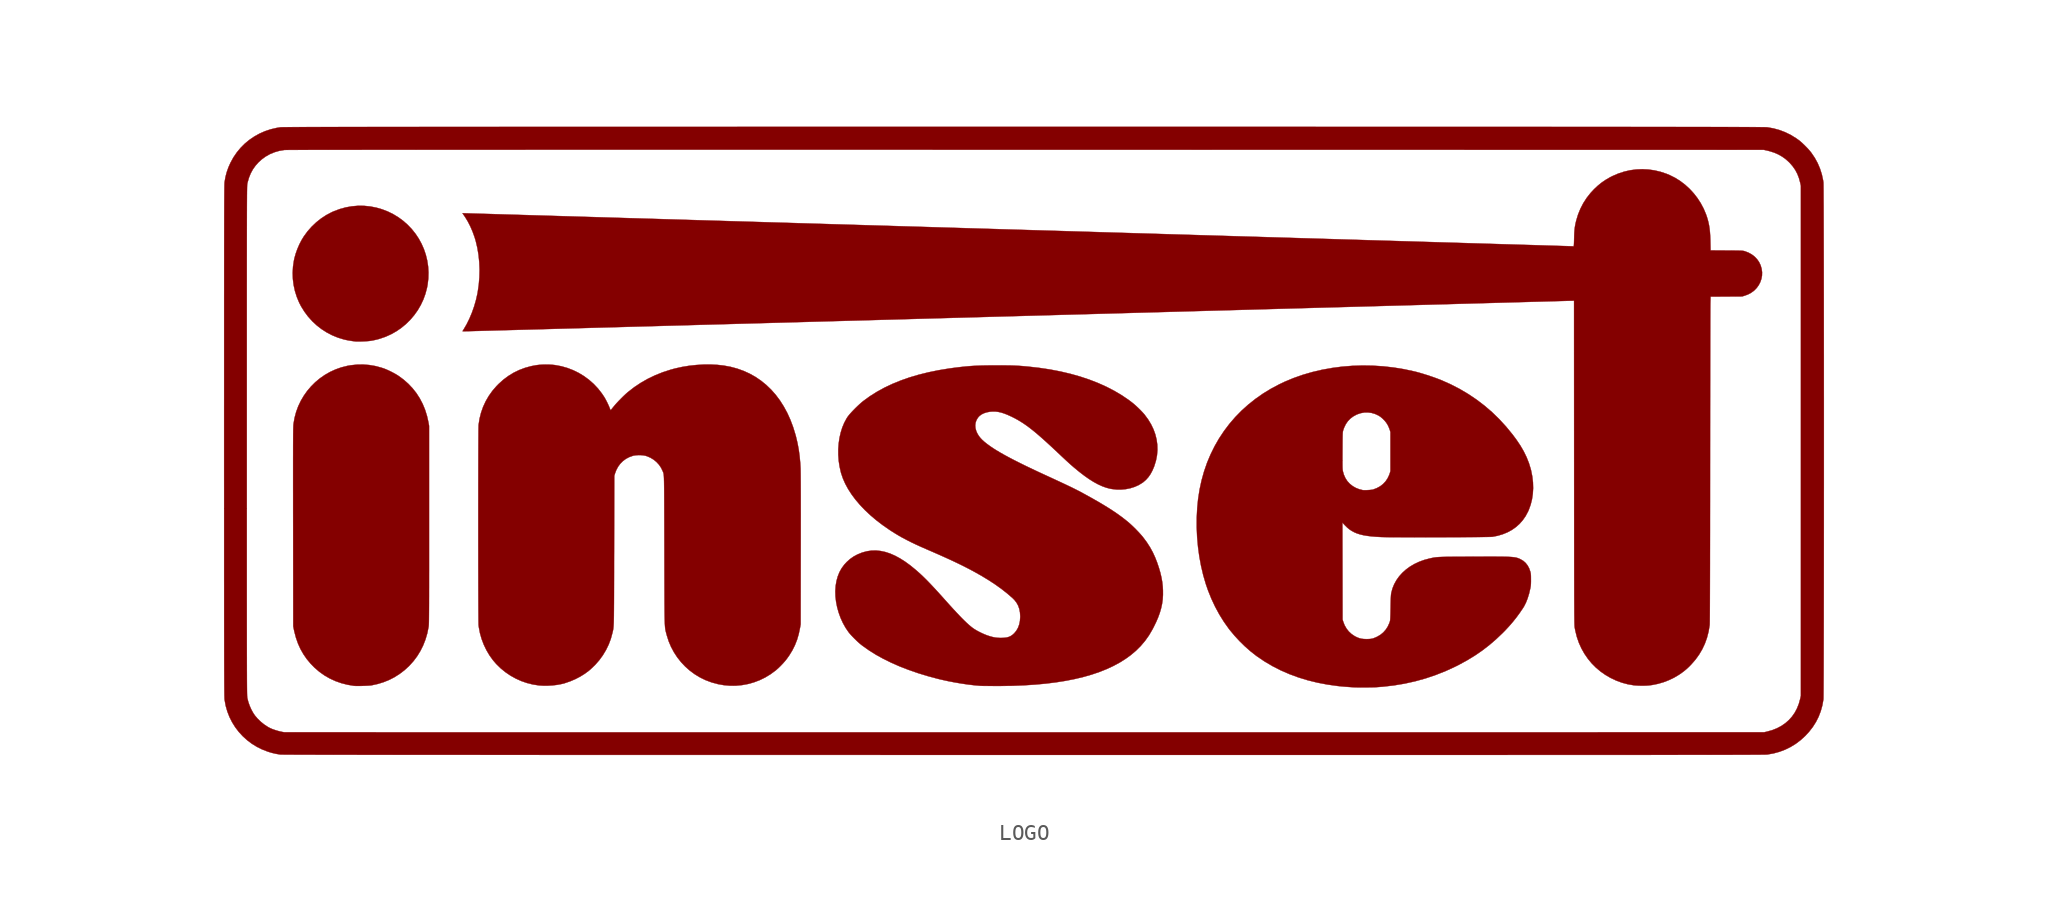
<source format=kicad_sym>
(kicad_symbol_lib
  (version 20220914)
  (generator "bitmap2component")
  (generator_version "8.0")
  (symbol "LOGO"
    (pin_names
      (offset 1.016))
    (property "Reference" "#G"
      (at 0 19.013 0)
      (effects (font (size 1.27 1.27)) hide))
    (symbol "LOGO_0_0"
      (polyline (pts (xy 18.739 -19.628) (xy 19.864 -19.628) (xy 20.958 -19.628) (xy 22.022 -19.628) (xy 23.057 -19.628) (xy 24.062 -19.628) (xy 25.038 -19.628) (xy 25.986 -19.628) (xy 26.906 -19.628) (xy 27.799 -19.628) (xy 28.664 -19.628) (xy 29.503 -19.628) (xy 30.315 -19.627) (xy 31.101 -19.627) (xy 31.862 -19.627) (xy 32.598 -19.627) (xy 33.309 -19.627) (xy 33.995 -19.627) (xy 34.658 -19.627) (xy 35.297 -19.626) (xy 35.914 -19.626) (xy 36.508 -19.626) (xy 37.079 -19.626) (xy 37.629 -19.625) (xy 38.157 -19.625) (xy 38.664 -19.625) (xy 39.151 -19.625) (xy 39.618 -19.624) (xy 40.065 -19.624) (xy 40.492 -19.624) (xy 40.901 -19.623) (xy 41.291 -19.623) (xy 41.662 -19.623) (xy 42.017 -19.622) (xy 42.354 -19.622) (xy 42.674 -19.621) (xy 42.977 -19.621) (xy 43.265 -19.62) (xy 43.537 -19.62) (xy 43.793 -19.62) (xy 44.035 -19.619) (xy 44.263 -19.619) (xy 44.476 -19.618) (xy 44.676 -19.617) (xy 44.863 -19.617) (xy 45.037 -19.616) (xy 45.198 -19.616) (xy 45.348 -19.615) (xy 45.486 -19.614) (xy 45.613 -19.614) (xy 45.73 -19.613) (xy 45.836 -19.613) (xy 45.932 -19.612) (xy 46.019 -19.611) (xy 46.096 -19.61) (xy 46.165 -19.61) (xy 46.226 -19.609) (xy 46.279 -19.608) (xy 46.325 -19.607) (xy 46.363 -19.606) (xy 46.395 -19.605) (xy 46.421 -19.605) (xy 46.441 -19.604) (xy 46.456 -19.603) (xy 46.465 -19.602) (xy 46.468 -19.601) (xy 46.854 -19.533) (xy 47.226 -19.431) (xy 47.582 -19.296) (xy 47.923 -19.128) (xy 48.246 -18.929) (xy 48.551 -18.698) (xy 48.838 -18.436) (xy 49.071 -18.183) (xy 49.304 -17.884) (xy 49.503 -17.57) (xy 49.669 -17.241) (xy 49.802 -16.897) (xy 49.902 -16.537) (xy 49.97 -16.16) (xy 49.971 -16.135) (xy 49.973 -16.074) (xy 49.974 -15.977) (xy 49.976 -15.847) (xy 49.977 -15.685) (xy 49.979 -15.491) (xy 49.98 -15.266) (xy 49.981 -15.012) (xy 49.983 -14.73) (xy 49.984 -14.42) (xy 49.985 -14.083) (xy 49.986 -13.721) (xy 49.987 -13.335) (xy 49.988 -12.925) (xy 49.989 -12.492) (xy 49.99 -12.039) (xy 49.991 -11.565) (xy 49.992 -11.071) (xy 49.992 -10.56) (xy 49.993 -10.03) (xy 49.994 -9.485) (xy 49.995 -8.924) (xy 49.995 -8.349) (xy 49.996 -7.761) (xy 49.996 -7.161) (xy 49.997 -6.549) (xy 49.997 -5.927) (xy 49.998 -5.296) (xy 49.998 -4.657) (xy 49.998 -4.01) (xy 49.998 -3.357) (xy 49.999 -2.7) (xy 49.999 -2.038) (xy 49.999 -1.373) (xy 49.999 -0.706) (xy 49.999 -0.037) (xy 49.999 0.631) (xy 49.999 1.298) (xy 49.999 1.963) (xy 49.999 2.626) (xy 49.998 3.284) (xy 49.998 3.937) (xy 49.998 4.585) (xy 49.998 5.225) (xy 49.997 5.857) (xy 49.997 6.48) (xy 49.996 7.093) (xy 49.996 7.695) (xy 49.995 8.284) (xy 49.995 8.861) (xy 49.994 9.423) (xy 49.993 9.97) (xy 49.993 10.501) (xy 49.992 11.015) (xy 49.991 11.511) (xy 49.99 11.987) (xy 49.989 12.443) (xy 49.988 12.878) (xy 49.987 13.29) (xy 49.986 13.679) (xy 49.985 14.044) (xy 49.984 14.383) (xy 49.983 14.696) (xy 49.981 14.982) (xy 49.98 15.239) (xy 49.979 15.467) (xy 49.978 15.665) (xy 49.976 15.831) (xy 49.975 15.964) (xy 49.973 16.065) (xy 49.972 16.13) (xy 49.97 16.16) (xy 49.952 16.284) (xy 49.872 16.656) (xy 49.758 17.016) (xy 49.611 17.362) (xy 49.43 17.693) (xy 49.216 18.009) (xy 49.174 18.063) (xy 49.065 18.193) (xy 48.938 18.331) (xy 48.801 18.47) (xy 48.662 18.603) (xy 48.528 18.721) (xy 48.408 18.816) (xy 48.264 18.918) (xy 47.93 19.123) (xy 47.583 19.294) (xy 47.224 19.431) (xy 46.851 19.533) (xy 46.465 19.602) (xy 46.459 19.602) (xy 46.446 19.603) (xy 46.427 19.604) (xy 46.403 19.605) (xy 46.373 19.606) (xy 46.336 19.607) (xy 46.292 19.608) (xy 46.242 19.609) (xy 46.183 19.609) (xy 46.116 19.61) (xy 46.041 19.611) (xy 45.957 19.612) (xy 45.863 19.612) (xy 45.76 19.613) (xy 45.646 19.614) (xy 45.522 19.614) (xy 45.387 19.615) (xy 45.24 19.616) (xy 45.082 19.616) (xy 44.911 19.617) (xy 44.728 19.617) (xy 44.532 19.618) (xy 44.322 19.619) (xy 44.099 19.619) (xy 43.861 19.62) (xy 43.608 19.62) (xy 43.34 19.621) (xy 43.057 19.621) (xy 42.757 19.622) (xy 42.442 19.622) (xy 42.109 19.622) (xy 41.76 19.623) (xy 41.392 19.623) (xy 41.007 19.623) (xy 40.604 19.624) (xy 40.181 19.624) (xy 39.74 19.625) (xy 39.278 19.625) (xy 38.797 19.625) (xy 38.295 19.625) (xy 37.772 19.626) (xy 37.228 19.626) (xy 36.663 19.626) (xy 36.075 19.627) (xy 35.465 19.627) (xy 34.831 19.627) (xy 34.175 19.627) (xy 33.494 19.627) (xy 32.79 19.628) (xy 32.06 19.628) (xy 31.306 19.628) (xy 30.527 19.628) (xy 29.721 19.628) (xy 28.89 19.628) (xy 28.031 19.628) (xy 27.146 19.629) (xy 26.233 19.629) (xy 25.293 19.629) (xy 24.324 19.629) (xy 23.326 19.629) (xy 22.299 19.629) (xy 21.243 19.629) (xy 20.157 19.629) (xy 19.04 19.629) (xy 17.893 19.63) (xy 16.714 19.63) (xy 15.504 19.63) (xy 14.262 19.63) (xy 12.987 19.63) (xy 11.68 19.63) (xy 10.34 19.63) (xy 8.965 19.63) (xy 7.557 19.63) (xy 6.114 19.63) (xy 4.637 19.63) (xy 3.124 19.63) (xy 1.575 19.63) (xy -0.009 19.63) (xy -1.149 19.63) (xy -2.707 19.63) (xy -4.23 19.63) (xy -5.718 19.63) (xy -7.17 19.63) (xy -8.588 19.63) (xy -9.972 19.63) (xy -11.322 19.63) (xy -12.639 19.63) (xy -13.922 19.63) (xy -15.174 19.63) (xy -16.393 19.63) (xy -17.58 19.63) (xy -18.736 19.629) (xy -19.862 19.629) (xy -20.956 19.629) (xy -22.021 19.629) (xy -23.056 19.629) (xy -24.062 19.629) (xy -25.039 19.629) (xy -25.988 19.629) (xy -26.909 19.629) (xy -27.802 19.629) (xy -28.668 19.628) (xy -29.507 19.628) (xy -30.319 19.628) (xy -31.106 19.628) (xy -31.868 19.628) (xy -32.604 19.628) (xy -33.315 19.627) (xy -34.003 19.627) (xy -34.666 19.627) (xy -35.306 19.627) (xy -35.923 19.627) (xy -36.517 19.626) (xy -37.089 19.626) (xy -37.639 19.626) (xy -38.167 19.625) (xy -38.675 19.625) (xy -39.162 19.625) (xy -39.629 19.625) (xy -40.077 19.624) (xy -40.504 19.624) (xy -40.913 19.624) (xy -41.303 19.623) (xy -41.676 19.623) (xy -42.03 19.622) (xy -42.368 19.622) (xy -42.688 19.622) (xy -42.992 19.621) (xy -43.28 19.621) (xy -43.552 19.62) (xy -43.809 19.62) (xy -44.051 19.619) (xy -44.279 19.619) (xy -44.492 19.618) (xy -44.692 19.618) (xy -44.879 19.617) (xy -45.053 19.616) (xy -45.215 19.616) (xy -45.365 19.615) (xy -45.503 19.615) (xy -45.631 19.614) (xy -45.747 19.613) (xy -45.853 19.613) (xy -45.95 19.612) (xy -46.036 19.611) (xy -46.114 19.61) (xy -46.183 19.61) (xy -46.244 19.609) (xy -46.297 19.608) (xy -46.343 19.607) (xy -46.382 19.606) (xy -46.413 19.605) (xy -46.439 19.605) (xy -46.459 19.604) (xy -46.474 19.603) (xy -46.484 19.602) (xy -46.718 19.564) (xy -47.089 19.477) (xy -47.447 19.357) (xy -47.79 19.206) (xy -48.114 19.025) (xy -48.42 18.816) (xy -48.705 18.581) (xy -48.966 18.319) (xy -49.203 18.033) (xy -49.414 17.724) (xy -49.596 17.393) (xy -49.727 17.101) (xy -49.834 16.799) (xy -49.914 16.492) (xy -49.969 16.171) (xy -49.969 16.167) (xy -49.971 16.151) (xy -49.972 16.129) (xy -49.974 16.1) (xy -49.975 16.065) (xy -49.977 16.023) (xy -49.978 15.972) (xy -49.979 15.912) (xy -49.98 15.842) (xy -49.981 15.762) (xy -49.982 15.671) (xy -49.983 15.568) (xy -49.984 15.453) (xy -49.985 15.324) (xy -49.986 15.182) (xy -49.987 15.024) (xy -49.988 14.852) (xy -49.989 14.663) (xy -49.989 14.458) (xy -49.99 14.235) (xy -49.991 13.994) (xy -49.991 13.734) (xy -49.992 13.455) (xy -49.992 13.155) (xy -49.993 12.834) (xy -49.993 12.492) (xy -49.994 12.127) (xy -49.994 11.739) (xy -49.994 11.327) (xy -49.995 10.891) (xy -49.995 10.43) (xy -49.995 9.942) (xy -49.995 9.428) (xy -49.996 8.887) (xy -49.996 8.317) (xy -49.996 7.719) (xy -49.996 7.091) (xy -49.996 6.433) (xy -49.996 5.745) (xy -49.996 5.024) (xy -49.996 4.272) (xy -49.996 3.486) (xy -49.996 2.667) (xy -49.997 1.813) (xy -49.997 0.925) (xy -49.997 0) (xy -49.997 -0.291) (xy -49.997 -1.204) (xy -49.997 -2.082) (xy -49.996 -2.925) (xy -49.996 -3.734) (xy -49.996 -4.221) (xy -48.581 -4.221) (xy -48.581 -3.444) (xy -48.581 -2.633) (xy -48.581 -1.788) (xy -48.581 -0.907) (xy -48.581 0.009) (xy -48.581 0.491) (xy -48.581 1.389) (xy -48.581 2.251) (xy -48.581 3.078) (xy -48.581 3.872) (xy -48.581 4.632) (xy -48.581 5.36) (xy -48.581 6.056) (xy -48.581 6.721) (xy -48.581 7.355) (xy -48.581 7.96) (xy -48.581 8.536) (xy -48.581 9.084) (xy -48.581 9.604) (xy -48.58 10.097) (xy -48.58 10.565) (xy -48.58 11.007) (xy -48.58 11.424) (xy -48.579 11.817) (xy -48.579 12.188) (xy -48.579 12.535) (xy -48.578 12.861) (xy -48.578 13.166) (xy -48.577 13.451) (xy -48.577 13.716) (xy -48.576 13.963) (xy -48.576 14.191) (xy -48.575 14.401) (xy -48.575 14.595) (xy -48.574 14.774) (xy -48.573 14.936) (xy -48.572 15.085) (xy -48.571 15.219) (xy -48.571 15.34) (xy -48.569 15.449) (xy -48.569 15.546) (xy -48.567 15.633) (xy -48.566 15.709) (xy -48.565 15.775) (xy -48.564 15.833) (xy -48.562 15.883) (xy -48.561 15.925) (xy -48.56 15.961) (xy -48.558 15.991) (xy -48.557 16.016) (xy -48.555 16.036) (xy -48.553 16.053) (xy -48.551 16.066) (xy -48.55 16.078) (xy -48.548 16.087) (xy -48.532 16.154) (xy -48.447 16.451) (xy -48.337 16.723) (xy -48.201 16.973) (xy -48.036 17.205) (xy -47.843 17.422) (xy -47.653 17.594) (xy -47.406 17.775) (xy -47.14 17.925) (xy -46.855 18.044) (xy -46.554 18.131) (xy -46.235 18.186) (xy -46.227 18.187) (xy -46.2 18.188) (xy -46.152 18.188) (xy -46.084 18.189) (xy -45.996 18.19) (xy -45.888 18.191) (xy -45.758 18.191) (xy -45.608 18.192) (xy -45.436 18.192) (xy -45.242 18.193) (xy -45.026 18.194) (xy -44.788 18.194) (xy -44.528 18.195) (xy -44.245 18.195) (xy -43.938 18.196) (xy -43.608 18.196) (xy -43.255 18.197) (xy -42.877 18.197) (xy -42.475 18.198) (xy -42.049 18.198) (xy -41.598 18.198) (xy -41.121 18.199) (xy -40.62 18.199) (xy -40.092 18.2) (xy -39.539 18.2) (xy -38.959 18.2) (xy -38.353 18.2) (xy -37.719 18.201) (xy -37.059 18.201) (xy -36.372 18.201) (xy -35.656 18.201) (xy -34.913 18.202) (xy -34.142 18.202) (xy -33.342 18.202) (xy -32.513 18.202) (xy -31.654 18.202) (xy -30.767 18.203) (xy -29.85 18.203) (xy -28.903 18.203) (xy -27.926 18.203) (xy -26.918 18.203) (xy -25.879 18.203) (xy -24.809 18.203) (xy -23.708 18.203) (xy -22.575 18.203) (xy -21.41 18.203) (xy -20.213 18.203) (xy -18.984 18.203) (xy -17.721 18.203) (xy -16.426 18.203) (xy -15.097 18.203) (xy -13.734 18.203) (xy -12.338 18.203) (xy -10.907 18.203) (xy -9.442 18.203) (xy -7.941 18.203) (xy -6.406 18.203) (xy -4.836 18.202) (xy -3.229 18.202) (xy -1.587 18.202) (xy 0.091 18.202) (xy 46.244 18.196) (xy 46.431 18.155) (xy 46.597 18.114) (xy 46.886 18.023) (xy 47.151 17.909) (xy 47.394 17.77) (xy 47.62 17.606) (xy 47.834 17.412) (xy 47.862 17.384) (xy 48.051 17.167) (xy 48.21 16.939) (xy 48.34 16.693) (xy 48.443 16.427) (xy 48.522 16.136) (xy 48.563 15.95) (xy 48.563 0.009) (xy 48.563 -15.932) (xy 48.521 -16.122) (xy 48.437 -16.428) (xy 48.322 -16.719) (xy 48.18 -16.987) (xy 48.009 -17.232) (xy 47.812 -17.452) (xy 47.588 -17.648) (xy 47.339 -17.819) (xy 47.065 -17.964) (xy 46.767 -18.082) (xy 46.445 -18.172) (xy 46.262 -18.214) (xy 0.036 -18.216) (xy -0.552 -18.216) (xy -1.849 -18.216) (xy -3.138 -18.216) (xy -4.416 -18.216) (xy -5.686 -18.216) (xy -6.944 -18.216) (xy -8.193 -18.216) (xy -9.43 -18.216) (xy -10.655 -18.216) (xy -11.868 -18.216) (xy -13.068 -18.216) (xy -14.256 -18.216) (xy -15.429 -18.216) (xy -16.589 -18.216) (xy -17.733 -18.216) (xy -18.863 -18.216) (xy -19.977 -18.216) (xy -21.075 -18.216) (xy -22.157 -18.216) (xy -23.221 -18.216) (xy -24.268 -18.216) (xy -25.297 -18.216) (xy -26.307 -18.216) (xy -27.299 -18.216) (xy -28.271 -18.216) (xy -29.223 -18.216) (xy -30.154 -18.216) (xy -31.064 -18.216) (xy -31.953 -18.216) (xy -32.821 -18.216) (xy -33.665 -18.215) (xy -34.487 -18.215) (xy -35.286 -18.215) (xy -36.06 -18.215) (xy -36.81 -18.215) (xy -37.536 -18.215) (xy -38.236 -18.215) (xy -38.91 -18.215) (xy -39.558 -18.215) (xy -40.179 -18.215) (xy -40.773 -18.214) (xy -41.339 -18.214) (xy -41.877 -18.214) (xy -42.386 -18.214) (xy -42.866 -18.214) (xy -43.316 -18.214) (xy -43.736 -18.213) (xy -44.126 -18.213) (xy -44.484 -18.213) (xy -44.81 -18.213) (xy -45.105 -18.213) (xy -45.366 -18.213) (xy -45.595 -18.212) (xy -45.79 -18.212) (xy -45.951 -18.212) (xy -46.077 -18.212) (xy -46.169 -18.212) (xy -46.224 -18.212) (xy -46.244 -18.211) (xy -46.33 -18.198) (xy -46.496 -18.164) (xy -46.673 -18.117) (xy -46.848 -18.062) (xy -47.01 -18.003) (xy -47.147 -17.941) (xy -47.266 -17.876) (xy -47.49 -17.729) (xy -47.705 -17.556) (xy -47.902 -17.366) (xy -48.073 -17.165) (xy -48.176 -17.013) (xy -48.294 -16.8) (xy -48.398 -16.567) (xy -48.484 -16.324) (xy -48.547 -16.078) (xy -48.549 -16.07) (xy -48.551 -16.058) (xy -48.553 -16.045) (xy -48.554 -16.03) (xy -48.556 -16.011) (xy -48.557 -15.988) (xy -48.559 -15.96) (xy -48.561 -15.926) (xy -48.562 -15.887) (xy -48.563 -15.84) (xy -48.565 -15.786) (xy -48.566 -15.723) (xy -48.567 -15.651) (xy -48.568 -15.569) (xy -48.569 -15.477) (xy -48.57 -15.374) (xy -48.571 -15.258) (xy -48.572 -15.13) (xy -48.573 -14.988) (xy -48.574 -14.832) (xy -48.574 -14.662) (xy -48.575 -14.475) (xy -48.576 -14.273) (xy -48.576 -14.053) (xy -48.577 -13.815) (xy -48.577 -13.559) (xy -48.578 -13.284) (xy -48.578 -12.989) (xy -48.579 -12.673) (xy -48.579 -12.336) (xy -48.579 -11.976) (xy -48.58 -11.594) (xy -48.58 -11.188) (xy -48.58 -10.758) (xy -48.58 -10.303) (xy -48.581 -9.823) (xy -48.581 -9.316) (xy -48.581 -8.782) (xy -48.581 -8.22) (xy -48.581 -7.629) (xy -48.581 -7.009) (xy -48.581 -6.359) (xy -48.581 -5.678) (xy -48.581 -4.966) (xy -48.581 -4.221) (xy -49.996 -4.221) (xy -49.996 -4.509) (xy -49.996 -5.251) (xy -49.996 -5.962) (xy -49.996 -6.641) (xy -49.996 -7.289) (xy -49.996 -7.908) (xy -49.996 -8.497) (xy -49.995 -9.057) (xy -49.995 -9.59) (xy -49.995 -10.096) (xy -49.995 -10.575) (xy -49.995 -11.029) (xy -49.994 -11.458) (xy -49.994 -11.862) (xy -49.993 -12.242) (xy -49.993 -12.6) (xy -49.993 -12.936) (xy -49.992 -13.25) (xy -49.992 -13.543) (xy -49.991 -13.817) (xy -49.99 -14.071) (xy -49.99 -14.306) (xy -49.989 -14.523) (xy -49.988 -14.723) (xy -49.988 -14.907) (xy -49.987 -15.075) (xy -49.986 -15.227) (xy -49.985 -15.366) (xy -49.984 -15.49) (xy -49.983 -15.601) (xy -49.982 -15.701) (xy -49.981 -15.788) (xy -49.98 -15.865) (xy -49.979 -15.931) (xy -49.977 -15.989) (xy -49.976 -16.037) (xy -49.975 -16.077) (xy -49.973 -16.11) (xy -49.972 -16.136) (xy -49.97 -16.156) (xy -49.969 -16.171) (xy -49.965 -16.195) (xy -49.897 -16.563) (xy -49.795 -16.918) (xy -49.661 -17.26) (xy -49.496 -17.587) (xy -49.303 -17.896) (xy -49.082 -18.186) (xy -48.835 -18.455) (xy -48.565 -18.701) (xy -48.271 -18.923) (xy -47.956 -19.118) (xy -47.622 -19.284) (xy -47.269 -19.421) (xy -47.019 -19.497) (xy -46.764 -19.557) (xy -46.5 -19.601) (xy -46.49 -19.602) (xy -46.472 -19.603) (xy -46.444 -19.604) (xy -46.407 -19.604) (xy -46.359 -19.605) (xy -46.302 -19.606) (xy -46.233 -19.607) (xy -46.154 -19.608) (xy -46.063 -19.608) (xy -45.96 -19.609) (xy -45.844 -19.61) (xy -45.716 -19.61) (xy -45.575 -19.611) (xy -45.421 -19.611) (xy -45.252 -19.612) (xy -45.07 -19.613) (xy -44.872 -19.613) (xy -44.66 -19.614) (xy -44.432 -19.614) (xy -44.188 -19.615) (xy -43.929 -19.616) (xy -43.652 -19.616) (xy -43.359 -19.616) (xy -43.048 -19.617) (xy -42.719 -19.617) (xy -42.373 -19.618) (xy -42.008 -19.618) (xy -41.623 -19.619) (xy -41.22 -19.619) (xy -40.796 -19.62) (xy -40.353 -19.62) (xy -39.889 -19.62) (xy -39.404 -19.621) (xy -38.898 -19.621) (xy -38.37 -19.621) (xy -37.821 -19.622) (xy -37.248 -19.622) (xy -36.653 -19.622) (xy -36.035 -19.623) (xy -35.393 -19.623) (xy -34.727 -19.623) (xy -34.036 -19.623) (xy -33.321 -19.624) (xy -32.58 -19.624) (xy -31.814 -19.624) (xy -31.022 -19.624) (xy -30.204 -19.625) (xy -29.359 -19.625) (xy -28.486 -19.625) (xy -27.587 -19.625) (xy -26.659 -19.625) (xy -25.703 -19.626) (xy -24.718 -19.626) (xy -23.704 -19.626) (xy -22.661 -19.626) (xy -21.587 -19.626) (xy -20.484 -19.626) (xy -19.35 -19.627) (xy -18.184 -19.627) (xy -16.988 -19.627) (xy -15.759 -19.627) (xy -14.499 -19.627) (xy -13.205 -19.627) (xy -11.879 -19.627) (xy -10.519 -19.627) (xy -9.126 -19.627) (xy -7.698 -19.628) (xy -6.236 -19.628) (xy -4.738 -19.628) (xy -3.206 -19.628) (xy -1.637 -19.628) (xy -0.033 -19.628) (xy 1.162 -19.628) (xy 2.72 -19.628) (xy 4.242 -19.628) (xy 5.729 -19.628) (xy 7.18 -19.628) (xy 8.597 -19.628) (xy 9.98 -19.628) (xy 11.33 -19.628) (xy 12.646 -19.628) (xy 13.928 -19.628) (xy 15.179 -19.628) (xy 16.397 -19.628) (xy 17.584 -19.628) (xy 18.739 -19.628)) (stroke (width 0.01) (type default)) (fill (type outline)))
      (polyline (pts (xy 21.364 -15.408) (xy 21.528 -15.406) (xy 21.683 -15.404) (xy 21.823 -15.401) (xy 21.941 -15.398) (xy 22.031 -15.393) (xy 22.424 -15.363) (xy 23.116 -15.284) (xy 23.793 -15.171) (xy 24.456 -15.024) (xy 25.106 -14.843) (xy 25.743 -14.628) (xy 26.367 -14.38) (xy 26.98 -14.097) (xy 27.159 -14.007) (xy 27.677 -13.726) (xy 28.167 -13.428) (xy 28.631 -13.111) (xy 29.074 -12.771) (xy 29.499 -12.407) (xy 29.911 -12.016) (xy 30.081 -11.844) (xy 30.327 -11.579) (xy 30.554 -11.317) (xy 30.768 -11.049) (xy 30.977 -10.765) (xy 31.187 -10.457) (xy 31.259 -10.341) (xy 31.378 -10.106) (xy 31.482 -9.839) (xy 31.573 -9.543) (xy 31.648 -9.218) (xy 31.66 -9.155) (xy 31.673 -9.076) (xy 31.681 -8.996) (xy 31.686 -8.907) (xy 31.689 -8.8) (xy 31.689 -8.665) (xy 31.689 -8.646) (xy 31.688 -8.521) (xy 31.686 -8.425) (xy 31.681 -8.349) (xy 31.674 -8.286) (xy 31.663 -8.23) (xy 31.648 -8.171) (xy 31.648 -8.169) (xy 31.575 -7.963) (xy 31.477 -7.782) (xy 31.355 -7.627) (xy 31.21 -7.499) (xy 31.042 -7.4) (xy 31.028 -7.393) (xy 30.978 -7.37) (xy 30.93 -7.349) (xy 30.881 -7.33) (xy 30.829 -7.313) (xy 30.773 -7.298) (xy 30.711 -7.285) (xy 30.641 -7.274) (xy 30.56 -7.265) (xy 30.466 -7.256) (xy 30.358 -7.25) (xy 30.234 -7.244) (xy 30.091 -7.24) (xy 29.928 -7.237) (xy 29.742 -7.235) (xy 29.532 -7.234) (xy 29.296 -7.233) (xy 29.031 -7.233) (xy 28.735 -7.234) (xy 28.407 -7.235) (xy 28.044 -7.236) (xy 27.909 -7.237) (xy 27.592 -7.238) (xy 27.31 -7.239) (xy 27.058 -7.24) (xy 26.834 -7.242) (xy 26.637 -7.243) (xy 26.465 -7.245) (xy 26.313 -7.248) (xy 26.181 -7.251) (xy 26.067 -7.255) (xy 25.967 -7.26) (xy 25.879 -7.265) (xy 25.802 -7.271) (xy 25.732 -7.279) (xy 25.668 -7.287) (xy 25.607 -7.297) (xy 25.547 -7.309) (xy 25.485 -7.321) (xy 25.419 -7.336) (xy 25.348 -7.352) (xy 25.345 -7.352) (xy 25.011 -7.442) (xy 24.695 -7.558) (xy 24.4 -7.697) (xy 24.126 -7.859) (xy 23.876 -8.042) (xy 23.651 -8.245) (xy 23.453 -8.465) (xy 23.283 -8.703) (xy 23.143 -8.955) (xy 23.035 -9.221) (xy 22.96 -9.5) (xy 22.959 -9.509) (xy 22.951 -9.558) (xy 22.944 -9.618) (xy 22.938 -9.694) (xy 22.933 -9.787) (xy 22.928 -9.903) (xy 22.924 -10.044) (xy 22.92 -10.214) (xy 22.917 -10.417) (xy 22.916 -10.447) (xy 22.912 -10.644) (xy 22.909 -10.808) (xy 22.904 -10.942) (xy 22.9 -11.05) (xy 22.895 -11.134) (xy 22.89 -11.197) (xy 22.883 -11.243) (xy 22.876 -11.276) (xy 22.839 -11.388) (xy 22.74 -11.604) (xy 22.614 -11.799) (xy 22.462 -11.97) (xy 22.288 -12.115) (xy 22.091 -12.232) (xy 21.988 -12.28) (xy 21.876 -12.326) (xy 21.774 -12.358) (xy 21.67 -12.377) (xy 21.552 -12.386) (xy 21.41 -12.389) (xy 21.401 -12.389) (xy 21.237 -12.383) (xy 21.097 -12.367) (xy 20.97 -12.336) (xy 20.843 -12.289) (xy 20.706 -12.223) (xy 20.663 -12.199) (xy 20.471 -12.069) (xy 20.302 -11.912) (xy 20.159 -11.731) (xy 20.042 -11.527) (xy 19.955 -11.302) (xy 19.913 -11.166) (xy 19.908 -8.135) (xy 19.903 -5.104) (xy 20.039 -5.252) (xy 20.073 -5.287) (xy 20.205 -5.416) (xy 20.343 -5.529) (xy 20.49 -5.627) (xy 20.648 -5.712) (xy 20.821 -5.784) (xy 21.012 -5.845) (xy 21.224 -5.895) (xy 21.46 -5.935) (xy 21.723 -5.967) (xy 22.015 -5.991) (xy 22.341 -6.009) (xy 22.347 -6.009) (xy 22.43 -6.011) (xy 22.544 -6.014) (xy 22.687 -6.016) (xy 22.857 -6.018) (xy 23.051 -6.019) (xy 23.267 -6.02) (xy 23.504 -6.021) (xy 23.758 -6.022) (xy 24.027 -6.023) (xy 24.31 -6.023) (xy 24.603 -6.024) (xy 24.905 -6.024) (xy 25.213 -6.023) (xy 25.526 -6.023) (xy 25.84 -6.022) (xy 26.154 -6.022) (xy 26.465 -6.021) (xy 26.772 -6.02) (xy 27.071 -6.018) (xy 27.361 -6.017) (xy 27.639 -6.015) (xy 27.903 -6.014) (xy 28.151 -6.012) (xy 28.38 -6.01) (xy 28.589 -6.008) (xy 28.775 -6.005) (xy 28.936 -6.003) (xy 29.069 -6) (xy 29.172 -5.998) (xy 29.243 -5.995) (xy 29.28 -5.992) (xy 29.608 -5.928) (xy 29.928 -5.833) (xy 30.226 -5.711) (xy 30.501 -5.561) (xy 30.752 -5.384) (xy 30.979 -5.181) (xy 31.18 -4.951) (xy 31.357 -4.696) (xy 31.507 -4.415) (xy 31.555 -4.307) (xy 31.669 -3.99) (xy 31.753 -3.656) (xy 31.805 -3.31) (xy 31.826 -2.953) (xy 31.815 -2.588) (xy 31.772 -2.219) (xy 31.698 -1.847) (xy 31.677 -1.764) (xy 31.563 -1.391) (xy 31.418 -1.024) (xy 31.241 -0.66) (xy 31.03 -0.296) (xy 30.785 0.069) (xy 30.53 0.411) (xy 30.128 0.901) (xy 29.704 1.363) (xy 29.258 1.796) (xy 28.788 2.2) (xy 28.296 2.575) (xy 27.782 2.922) (xy 27.245 3.24) (xy 26.685 3.529) (xy 26.103 3.79) (xy 26.02 3.823) (xy 25.829 3.896) (xy 25.617 3.973) (xy 25.392 4.05) (xy 25.163 4.125) (xy 24.939 4.195) (xy 24.729 4.257) (xy 24.542 4.308) (xy 24.378 4.348) (xy 23.744 4.484) (xy 23.103 4.588) (xy 22.457 4.661) (xy 21.81 4.702) (xy 21.164 4.713) (xy 20.52 4.692) (xy 19.881 4.641) (xy 19.25 4.558) (xy 18.629 4.446) (xy 18.02 4.303) (xy 17.425 4.13) (xy 16.847 3.927) (xy 16.288 3.694) (xy 15.963 3.54) (xy 15.441 3.262) (xy 14.943 2.958) (xy 14.47 2.627) (xy 14.023 2.272) (xy 13.602 1.893) (xy 13.208 1.49) (xy 12.842 1.065) (xy 12.504 0.618) (xy 12.194 0.151) (xy 11.914 -0.337) (xy 11.664 -0.844) (xy 11.507 -1.218) (xy 19.906 -1.218) (xy 19.906 -1.044) (xy 19.907 -0.84) (xy 19.908 -0.602) (xy 19.909 -0.519) (xy 19.91 -0.298) (xy 19.911 -0.11) (xy 19.912 0.049) (xy 19.914 0.182) (xy 19.916 0.29) (xy 19.918 0.379) (xy 19.921 0.449) (xy 19.924 0.505) (xy 19.928 0.549) (xy 19.933 0.585) (xy 19.939 0.615) (xy 19.946 0.642) (xy 19.954 0.67) (xy 20.011 0.832) (xy 20.114 1.045) (xy 20.242 1.231) (xy 20.395 1.391) (xy 20.575 1.528) (xy 20.783 1.642) (xy 20.827 1.661) (xy 21.049 1.736) (xy 21.275 1.776) (xy 21.503 1.78) (xy 21.73 1.75) (xy 21.952 1.684) (xy 22.168 1.583) (xy 22.291 1.501) (xy 22.423 1.39) (xy 22.547 1.263) (xy 22.655 1.128) (xy 22.737 0.995) (xy 22.753 0.964) (xy 22.796 0.87) (xy 22.836 0.774) (xy 22.865 0.694) (xy 22.907 0.557) (xy 22.907 -0.666) (xy 22.907 -1.89) (xy 22.865 -2.026) (xy 22.828 -2.132) (xy 22.727 -2.345) (xy 22.599 -2.534) (xy 22.444 -2.698) (xy 22.263 -2.837) (xy 22.055 -2.951) (xy 21.821 -3.04) (xy 21.789 -3.048) (xy 21.715 -3.058) (xy 21.619 -3.068) (xy 21.513 -3.075) (xy 21.405 -3.08) (xy 21.304 -3.082) (xy 21.221 -3.08) (xy 21.164 -3.075) (xy 20.955 -3.022) (xy 20.734 -2.934) (xy 20.535 -2.818) (xy 20.361 -2.678) (xy 20.211 -2.513) (xy 20.089 -2.325) (xy 19.995 -2.116) (xy 19.931 -1.887) (xy 19.927 -1.866) (xy 19.922 -1.829) (xy 19.917 -1.786) (xy 19.913 -1.733) (xy 19.91 -1.667) (xy 19.908 -1.586) (xy 19.907 -1.486) (xy 19.906 -1.364) (xy 19.906 -1.218) (xy 11.507 -1.218) (xy 11.444 -1.368) (xy 11.256 -1.911) (xy 11.1 -2.47) (xy 10.976 -3.044) (xy 10.885 -3.634) (xy 10.83 -4.188) (xy 10.799 -4.792) (xy 10.797 -5.403) (xy 10.824 -6.016) (xy 10.879 -6.627) (xy 10.961 -7.231) (xy 11.071 -7.823) (xy 11.207 -8.399) (xy 11.37 -8.954) (xy 11.505 -9.344) (xy 11.713 -9.861) (xy 11.948 -10.362) (xy 12.208 -10.842) (xy 12.492 -11.299) (xy 12.796 -11.729) (xy 12.871 -11.825) (xy 13.163 -12.176) (xy 13.478 -12.517) (xy 13.81 -12.842) (xy 14.153 -13.144) (xy 14.499 -13.416) (xy 14.549 -13.453) (xy 15.025 -13.777) (xy 15.523 -14.071) (xy 16.043 -14.337) (xy 16.585 -14.574) (xy 17.148 -14.781) (xy 17.733 -14.96) (xy 18.338 -15.109) (xy 18.965 -15.228) (xy 19.611 -15.319) (xy 19.672 -15.325) (xy 19.872 -15.345) (xy 20.09 -15.364) (xy 20.333 -15.382) (xy 20.607 -15.4) (xy 20.658 -15.402) (xy 20.762 -15.405) (xy 20.892 -15.407) (xy 21.039 -15.408) (xy 21.199 -15.408) (xy 21.364 -15.408)) (stroke (width 0.01) (type default)) (fill (type outline)))
      (polyline (pts (xy -41.59 -15.316) (xy -41.46 -15.314) (xy -41.322 -15.31) (xy -41.184 -15.305) (xy -41.054 -15.299) (xy -40.937 -15.292) (xy -40.842 -15.284) (xy -40.775 -15.276) (xy -40.757 -15.272) (xy -40.386 -15.19) (xy -40.025 -15.078) (xy -39.68 -14.938) (xy -39.356 -14.772) (xy -39.028 -14.564) (xy -38.715 -14.325) (xy -38.428 -14.06) (xy -38.168 -13.773) (xy -37.935 -13.463) (xy -37.731 -13.132) (xy -37.557 -12.783) (xy -37.413 -12.415) (xy -37.3 -12.031) (xy -37.22 -11.632) (xy -37.219 -11.628) (xy -37.216 -11.608) (xy -37.214 -11.585) (xy -37.211 -11.559) (xy -37.209 -11.528) (xy -37.206 -11.491) (xy -37.204 -11.447) (xy -37.202 -11.396) (xy -37.2 -11.335) (xy -37.199 -11.263) (xy -37.197 -11.18) (xy -37.196 -11.084) (xy -37.195 -10.973) (xy -37.194 -10.848) (xy -37.193 -10.706) (xy -37.192 -10.547) (xy -37.191 -10.369) (xy -37.19 -10.171) (xy -37.19 -9.951) (xy -37.189 -9.71) (xy -37.189 -9.445) (xy -37.188 -9.155) (xy -37.188 -8.839) (xy -37.188 -8.497) (xy -37.187 -8.126) (xy -37.187 -7.725) (xy -37.187 -7.294) (xy -37.187 -6.832) (xy -37.187 -6.336) (xy -37.187 -5.806) (xy -37.187 -5.241) (xy -37.187 0.94) (xy -37.236 1.205) (xy -37.315 1.554) (xy -37.434 1.94) (xy -37.585 2.307) (xy -37.766 2.654) (xy -37.977 2.982) (xy -38.218 3.288) (xy -38.488 3.573) (xy -38.787 3.836) (xy -39.114 4.075) (xy -39.155 4.103) (xy -39.284 4.179) (xy -39.431 4.26) (xy -39.588 4.341) (xy -39.744 4.415) (xy -39.89 4.479) (xy -40.016 4.528) (xy -40.178 4.581) (xy -40.556 4.681) (xy -40.933 4.745) (xy -41.311 4.774) (xy -41.692 4.768) (xy -42.081 4.728) (xy -42.31 4.687) (xy -42.68 4.593) (xy -43.036 4.466) (xy -43.377 4.31) (xy -43.702 4.124) (xy -44.008 3.912) (xy -44.294 3.674) (xy -44.558 3.412) (xy -44.799 3.129) (xy -45.015 2.825) (xy -45.204 2.503) (xy -45.365 2.164) (xy -45.495 1.81) (xy -45.594 1.442) (xy -45.66 1.063) (xy -45.661 1.051) (xy -45.663 1.025) (xy -45.666 0.994) (xy -45.668 0.957) (xy -45.67 0.913) (xy -45.672 0.86) (xy -45.674 0.798) (xy -45.676 0.724) (xy -45.677 0.639) (xy -45.678 0.541) (xy -45.68 0.428) (xy -45.681 0.3) (xy -45.682 0.156) (xy -45.682 -0.007) (xy -45.683 -0.188) (xy -45.684 -0.39) (xy -45.684 -0.613) (xy -45.684 -0.859) (xy -45.685 -1.128) (xy -45.685 -1.422) (xy -45.685 -1.742) (xy -45.685 -2.089) (xy -45.685 -2.464) (xy -45.685 -2.869) (xy -45.684 -3.305) (xy -45.684 -3.772) (xy -45.684 -4.273) (xy -45.683 -4.808) (xy -45.682 -5.378) (xy -45.676 -11.586) (xy -45.638 -11.778) (xy -45.609 -11.915) (xy -45.507 -12.303) (xy -45.379 -12.667) (xy -45.224 -13.009) (xy -45.041 -13.331) (xy -44.83 -13.636) (xy -44.588 -13.926) (xy -44.345 -14.174) (xy -44.048 -14.43) (xy -43.731 -14.655) (xy -43.396 -14.848) (xy -43.042 -15.011) (xy -42.67 -15.142) (xy -42.279 -15.241) (xy -41.871 -15.309) (xy -41.867 -15.309) (xy -41.801 -15.313) (xy -41.707 -15.316) (xy -41.59 -15.316)) (stroke (width 0.01) (type default)) (fill (type outline)))
      (polyline (pts (xy -1.475 -15.317) (xy -0.717 -15.305) (xy 0.009 -15.276) (xy 0.703 -15.231) (xy 1.365 -15.17) (xy 1.997 -15.091) (xy 2.598 -14.996) (xy 3.169 -14.884) (xy 3.71 -14.755) (xy 4.222 -14.609) (xy 4.705 -14.446) (xy 5.159 -14.265) (xy 5.585 -14.068) (xy 5.984 -13.853) (xy 6.354 -13.62) (xy 6.667 -13.394) (xy 6.998 -13.115) (xy 7.299 -12.815) (xy 7.571 -12.494) (xy 7.814 -12.152) (xy 8.028 -11.787) (xy 8.102 -11.645) (xy 8.258 -11.327) (xy 8.387 -11.026) (xy 8.491 -10.739) (xy 8.572 -10.46) (xy 8.631 -10.186) (xy 8.669 -9.911) (xy 8.687 -9.631) (xy 8.686 -9.342) (xy 8.673 -9.104) (xy 8.642 -8.822) (xy 8.592 -8.537) (xy 8.524 -8.244) (xy 8.434 -7.935) (xy 8.323 -7.605) (xy 8.209 -7.311) (xy 8.053 -6.968) (xy 7.876 -6.645) (xy 7.673 -6.33) (xy 7.439 -6.017) (xy 7.375 -5.939) (xy 7.265 -5.813) (xy 7.138 -5.675) (xy 7.002 -5.534) (xy 6.864 -5.396) (xy 6.731 -5.269) (xy 6.61 -5.159) (xy 6.542 -5.1) (xy 6.32 -4.918) (xy 6.081 -4.735) (xy 5.824 -4.55) (xy 5.545 -4.361) (xy 5.242 -4.167) (xy 4.912 -3.965) (xy 4.554 -3.755) (xy 4.163 -3.533) (xy 4.076 -3.485) (xy 3.932 -3.405) (xy 3.797 -3.331) (xy 3.668 -3.261) (xy 3.543 -3.194) (xy 3.417 -3.128) (xy 3.29 -3.063) (xy 3.157 -2.996) (xy 3.017 -2.926) (xy 2.866 -2.853) (xy 2.701 -2.774) (xy 2.519 -2.688) (xy 2.319 -2.594) (xy 2.096 -2.491) (xy 1.849 -2.376) (xy 1.574 -2.249) (xy 1.269 -2.109) (xy 0.961 -1.967) (xy 0.517 -1.758) (xy 0.106 -1.561) (xy -0.274 -1.374) (xy -0.622 -1.198) (xy -0.941 -1.031) (xy -1.231 -0.874) (xy -1.493 -0.726) (xy -1.728 -0.585) (xy -1.937 -0.453) (xy -2.12 -0.328) (xy -2.135 -0.318) (xy -2.321 -0.181) (xy -2.478 -0.055) (xy -2.609 0.063) (xy -2.718 0.178) (xy -2.809 0.292) (xy -2.885 0.41) (xy -2.949 0.535) (xy -2.984 0.618) (xy -3.033 0.797) (xy -3.047 0.972) (xy -3.026 1.141) (xy -2.969 1.303) (xy -2.877 1.457) (xy -2.788 1.556) (xy -2.658 1.654) (xy -2.5 1.732) (xy -2.319 1.79) (xy -2.119 1.826) (xy -1.956 1.838) (xy -1.782 1.835) (xy -1.608 1.814) (xy -1.427 1.774) (xy -1.235 1.713) (xy -1.026 1.631) (xy -0.794 1.526) (xy -0.741 1.5) (xy -0.565 1.411) (xy -0.393 1.316) (xy -0.221 1.214) (xy -0.047 1.103) (xy 0.131 0.981) (xy 0.315 0.846) (xy 0.507 0.697) (xy 0.711 0.532) (xy 0.927 0.348) (xy 1.159 0.145) (xy 1.409 -0.08) (xy 1.679 -0.328) (xy 1.972 -0.601) (xy 2.095 -0.717) (xy 2.251 -0.863) (xy 2.384 -0.989) (xy 2.499 -1.096) (xy 2.596 -1.187) (xy 2.68 -1.265) (xy 2.753 -1.331) (xy 2.817 -1.39) (xy 2.875 -1.442) (xy 2.931 -1.491) (xy 2.985 -1.539) (xy 3.042 -1.588) (xy 3.104 -1.642) (xy 3.126 -1.661) (xy 3.456 -1.933) (xy 3.77 -2.174) (xy 4.069 -2.384) (xy 4.354 -2.563) (xy 4.627 -2.712) (xy 4.888 -2.831) (xy 5.139 -2.922) (xy 5.38 -2.985) (xy 5.497 -3.006) (xy 5.79 -3.038) (xy 6.084 -3.04) (xy 6.372 -3.013) (xy 6.652 -2.956) (xy 6.918 -2.872) (xy 7.167 -2.761) (xy 7.394 -2.623) (xy 7.458 -2.577) (xy 7.628 -2.429) (xy 7.778 -2.261) (xy 7.911 -2.069) (xy 8.029 -1.849) (xy 8.135 -1.598) (xy 8.15 -1.555) (xy 8.25 -1.227) (xy 8.314 -0.898) (xy 8.341 -0.569) (xy 8.332 -0.241) (xy 8.288 0.084) (xy 8.209 0.406) (xy 8.094 0.724) (xy 7.944 1.036) (xy 7.759 1.341) (xy 7.539 1.639) (xy 7.504 1.681) (xy 7.4 1.798) (xy 7.276 1.927) (xy 7.142 2.059) (xy 7.004 2.188) (xy 6.869 2.306) (xy 6.747 2.406) (xy 6.565 2.543) (xy 6.125 2.844) (xy 5.655 3.123) (xy 5.157 3.381) (xy 4.632 3.617) (xy 4.08 3.832) (xy 3.502 4.024) (xy 2.898 4.194) (xy 2.271 4.341) (xy 1.619 4.466) (xy 0.944 4.567) (xy 0.246 4.646) (xy 0.193 4.651) (xy 0.022 4.666) (xy -0.133 4.679) (xy -0.279 4.69) (xy -0.421 4.698) (xy -0.563 4.705) (xy -0.711 4.711) (xy -0.87 4.715) (xy -1.045 4.717) (xy -1.241 4.719) (xy -1.463 4.72) (xy -1.716 4.72) (xy -1.903 4.72) (xy -2.202 4.718) (xy -2.474 4.714) (xy -2.724 4.708) (xy -2.957 4.699) (xy -3.179 4.688) (xy -3.397 4.673) (xy -3.615 4.654) (xy -3.839 4.631) (xy -4.074 4.605) (xy -4.328 4.573) (xy -4.67 4.527) (xy -5.339 4.417) (xy -5.979 4.286) (xy -6.589 4.135) (xy -7.169 3.963) (xy -7.721 3.769) (xy -8.244 3.555) (xy -8.739 3.319) (xy -9.205 3.062) (xy -9.644 2.784) (xy -10.055 2.484) (xy -10.159 2.398) (xy -10.28 2.291) (xy -10.408 2.172) (xy -10.538 2.046) (xy -10.664 1.918) (xy -10.782 1.793) (xy -10.886 1.676) (xy -10.972 1.572) (xy -11.035 1.487) (xy -11.088 1.403) (xy -11.235 1.13) (xy -11.358 0.834) (xy -11.457 0.517) (xy -11.532 0.185) (xy -11.582 -0.161) (xy -11.608 -0.515) (xy -11.607 -0.876) (xy -11.581 -1.238) (xy -11.527 -1.598) (xy -11.447 -1.954) (xy -11.432 -2.01) (xy -11.319 -2.343) (xy -11.172 -2.677) (xy -10.99 -3.011) (xy -10.775 -3.344) (xy -10.528 -3.675) (xy -10.25 -4.002) (xy -9.942 -4.325) (xy -9.604 -4.642) (xy -9.239 -4.952) (xy -8.846 -5.253) (xy -8.427 -5.545) (xy -8.31 -5.622) (xy -8.07 -5.774) (xy -7.829 -5.919) (xy -7.582 -6.059) (xy -7.324 -6.196) (xy -7.051 -6.333) (xy -6.758 -6.473) (xy -6.439 -6.618) (xy -6.09 -6.771) (xy -5.992 -6.814) (xy -5.611 -6.979) (xy -5.261 -7.133) (xy -4.937 -7.278) (xy -4.637 -7.415) (xy -4.358 -7.545) (xy -4.096 -7.67) (xy -3.848 -7.791) (xy -3.612 -7.911) (xy -3.383 -8.029) (xy -3.159 -8.149) (xy -3.106 -8.178) (xy -2.633 -8.445) (xy -2.193 -8.713) (xy -1.784 -8.982) (xy -1.403 -9.256) (xy -1.048 -9.535) (xy -0.715 -9.823) (xy -0.605 -9.933) (xy -0.47 -10.104) (xy -0.366 -10.291) (xy -0.293 -10.496) (xy -0.249 -10.72) (xy -0.233 -10.965) (xy -0.234 -11.014) (xy -0.252 -11.258) (xy -0.299 -11.483) (xy -0.375 -11.686) (xy -0.479 -11.868) (xy -0.611 -12.026) (xy -0.616 -12.031) (xy -0.724 -12.127) (xy -0.836 -12.201) (xy -0.958 -12.255) (xy -1.095 -12.29) (xy -1.255 -12.309) (xy -1.443 -12.315) (xy -1.507 -12.314) (xy -1.657 -12.307) (xy -1.798 -12.29) (xy -1.94 -12.263) (xy -2.093 -12.223) (xy -2.268 -12.168) (xy -2.386 -12.124) (xy -2.535 -12.062) (xy -2.692 -11.989) (xy -2.846 -11.912) (xy -2.987 -11.834) (xy -3.104 -11.762) (xy -3.126 -11.748) (xy -3.227 -11.676) (xy -3.335 -11.591) (xy -3.45 -11.493) (xy -3.576 -11.379) (xy -3.713 -11.248) (xy -3.863 -11.099) (xy -4.028 -10.929) (xy -4.209 -10.738) (xy -4.408 -10.523) (xy -4.627 -10.283) (xy -4.867 -10.016) (xy -5.04 -9.822) (xy -5.251 -9.588) (xy -5.443 -9.377) (xy -5.617 -9.188) (xy -5.777 -9.017) (xy -5.925 -8.862) (xy -6.063 -8.72) (xy -6.194 -8.589) (xy -6.319 -8.467) (xy -6.442 -8.351) (xy -6.565 -8.239) (xy -6.69 -8.128) (xy -6.773 -8.056) (xy -7.107 -7.783) (xy -7.433 -7.546) (xy -7.75 -7.344) (xy -8.061 -7.176) (xy -8.365 -7.043) (xy -8.663 -6.945) (xy -8.955 -6.882) (xy -9.242 -6.852) (xy -9.524 -6.857) (xy -9.803 -6.896) (xy -10.077 -6.968) (xy -10.141 -6.99) (xy -10.408 -7.098) (xy -10.649 -7.228) (xy -10.871 -7.384) (xy -11.077 -7.568) (xy -11.233 -7.737) (xy -11.397 -7.96) (xy -11.532 -8.201) (xy -11.638 -8.463) (xy -11.717 -8.747) (xy -11.77 -9.055) (xy -11.771 -9.065) (xy -11.793 -9.386) (xy -11.784 -9.718) (xy -11.744 -10.057) (xy -11.677 -10.398) (xy -11.582 -10.735) (xy -11.462 -11.065) (xy -11.317 -11.383) (xy -11.149 -11.683) (xy -10.959 -11.96) (xy -10.906 -12.026) (xy -10.823 -12.12) (xy -10.725 -12.226) (xy -10.616 -12.337) (xy -10.504 -12.448) (xy -10.394 -12.552) (xy -10.293 -12.643) (xy -10.208 -12.715) (xy -10.079 -12.815) (xy -9.682 -13.096) (xy -9.252 -13.365) (xy -8.789 -13.621) (xy -8.295 -13.864) (xy -7.772 -14.094) (xy -7.219 -14.309) (xy -6.638 -14.51) (xy -6.031 -14.696) (xy -5.398 -14.866) (xy -5.176 -14.92) (xy -4.763 -15.011) (xy -4.338 -15.093) (xy -3.91 -15.166) (xy -3.49 -15.227) (xy -3.084 -15.275) (xy -2.703 -15.308) (xy -2.681 -15.309) (xy -2.623 -15.31) (xy -2.535 -15.312) (xy -2.422 -15.313) (xy -2.287 -15.314) (xy -2.136 -15.315) (xy -1.972 -15.316) (xy -1.799 -15.317) (xy -1.475 -15.317)) (stroke (width 0.01) (type default)) (fill (type outline)))
      (polyline (pts (xy -18.002 -15.299) (xy -17.623 -15.263) (xy -17.25 -15.194) (xy -16.883 -15.091) (xy -16.525 -14.956) (xy -16.178 -14.787) (xy -15.845 -14.585) (xy -15.527 -14.351) (xy -15.499 -14.328) (xy -15.361 -14.206) (xy -15.215 -14.064) (xy -15.07 -13.913) (xy -14.938 -13.762) (xy -14.825 -13.622) (xy -14.671 -13.404) (xy -14.478 -13.089) (xy -14.317 -12.765) (xy -14.185 -12.429) (xy -14.081 -12.074) (xy -14.002 -11.696) (xy -13.961 -11.458) (xy -13.955 -6.756) (xy -13.955 -6.704) (xy -13.954 -6.128) (xy -13.954 -5.589) (xy -13.954 -5.085) (xy -13.953 -4.617) (xy -13.954 -4.185) (xy -13.954 -3.787) (xy -13.954 -3.424) (xy -13.955 -3.095) (xy -13.956 -2.8) (xy -13.957 -2.539) (xy -13.959 -2.311) (xy -13.96 -2.116) (xy -13.962 -1.954) (xy -13.964 -1.825) (xy -13.966 -1.727) (xy -13.969 -1.662) (xy -13.985 -1.39) (xy -14.026 -0.951) (xy -14.083 -0.533) (xy -14.159 -0.127) (xy -14.254 0.274) (xy -14.284 0.385) (xy -14.432 0.866) (xy -14.604 1.322) (xy -14.799 1.752) (xy -15.018 2.155) (xy -15.258 2.532) (xy -15.521 2.882) (xy -15.805 3.204) (xy -16.11 3.497) (xy -16.435 3.761) (xy -16.779 3.996) (xy -17.143 4.201) (xy -17.526 4.375) (xy -17.927 4.519) (xy -18.345 4.631) (xy -18.781 4.711) (xy -19.163 4.753) (xy -19.59 4.775) (xy -20.031 4.772) (xy -20.479 4.745) (xy -20.929 4.696) (xy -21.373 4.623) (xy -21.805 4.528) (xy -22.084 4.452) (xy -22.578 4.292) (xy -23.054 4.102) (xy -23.511 3.882) (xy -23.947 3.634) (xy -24.36 3.359) (xy -24.749 3.057) (xy -24.767 3.042) (xy -24.895 2.93) (xy -25.034 2.799) (xy -25.178 2.657) (xy -25.321 2.511) (xy -25.456 2.367) (xy -25.575 2.232) (xy -25.673 2.114) (xy -25.69 2.093) (xy -25.745 2.024) (xy -25.791 1.968) (xy -25.823 1.931) (xy -25.837 1.918) (xy -25.84 1.919) (xy -25.853 1.945) (xy -25.875 1.994) (xy -25.9 2.059) (xy -25.931 2.137) (xy -25.985 2.258) (xy -26.048 2.392) (xy -26.116 2.525) (xy -26.182 2.648) (xy -26.242 2.75) (xy -26.389 2.969) (xy -26.63 3.277) (xy -26.897 3.56) (xy -27.188 3.817) (xy -27.5 4.047) (xy -27.831 4.248) (xy -28.179 4.419) (xy -28.543 4.559) (xy -28.92 4.666) (xy -29.308 4.739) (xy -29.484 4.758) (xy -29.686 4.769) (xy -29.899 4.772) (xy -30.112 4.767) (xy -30.313 4.753) (xy -30.489 4.732) (xy -30.814 4.67) (xy -31.194 4.565) (xy -31.555 4.429) (xy -31.899 4.262) (xy -32.226 4.062) (xy -32.538 3.83) (xy -32.835 3.564) (xy -32.971 3.426) (xy -33.228 3.128) (xy -33.453 2.811) (xy -33.647 2.477) (xy -33.808 2.128) (xy -33.936 1.764) (xy -34.031 1.388) (xy -34.091 1) (xy -34.093 0.966) (xy -34.094 0.897) (xy -34.096 0.795) (xy -34.098 0.661) (xy -34.099 0.497) (xy -34.1 0.304) (xy -34.102 0.086) (xy -34.103 -0.158) (xy -34.104 -0.425) (xy -34.105 -0.713) (xy -34.106 -1.022) (xy -34.107 -1.349) (xy -34.108 -1.692) (xy -34.108 -2.05) (xy -34.109 -2.422) (xy -34.11 -2.805) (xy -34.11 -3.198) (xy -34.11 -3.6) (xy -34.111 -4.008) (xy -34.111 -4.421) (xy -34.111 -4.838) (xy -34.111 -5.256) (xy -34.111 -5.674) (xy -34.111 -6.091) (xy -34.111 -6.504) (xy -34.11 -6.912) (xy -34.11 -7.314) (xy -34.11 -7.707) (xy -34.109 -8.091) (xy -34.108 -8.462) (xy -34.108 -8.821) (xy -34.107 -9.165) (xy -34.106 -9.492) (xy -34.105 -9.8) (xy -34.104 -10.089) (xy -34.103 -10.356) (xy -34.102 -10.6) (xy -34.1 -10.819) (xy -34.099 -11.012) (xy -34.098 -11.176) (xy -34.096 -11.311) (xy -34.094 -11.414) (xy -34.093 -11.483) (xy -34.091 -11.518) (xy -34.076 -11.641) (xy -34.006 -12.011) (xy -33.902 -12.378) (xy -33.766 -12.736) (xy -33.6 -13.081) (xy -33.406 -13.409) (xy -33.185 -13.713) (xy -32.987 -13.943) (xy -32.715 -14.21) (xy -32.419 -14.452) (xy -32.104 -14.666) (xy -31.77 -14.853) (xy -31.423 -15.009) (xy -31.063 -15.134) (xy -30.695 -15.225) (xy -30.321 -15.282) (xy -30.303 -15.284) (xy -30.038 -15.3) (xy -29.755 -15.298) (xy -29.467 -15.281) (xy -29.186 -15.248) (xy -28.927 -15.2) (xy -28.678 -15.134) (xy -28.36 -15.025) (xy -28.045 -14.89) (xy -27.741 -14.732) (xy -27.456 -14.555) (xy -27.199 -14.364) (xy -27.087 -14.269) (xy -26.807 -14.001) (xy -26.552 -13.71) (xy -26.325 -13.399) (xy -26.128 -13.071) (xy -25.961 -12.728) (xy -25.827 -12.374) (xy -25.728 -12.01) (xy -25.719 -11.972) (xy -25.709 -11.932) (xy -25.701 -11.895) (xy -25.693 -11.859) (xy -25.685 -11.823) (xy -25.679 -11.786) (xy -25.672 -11.747) (xy -25.667 -11.703) (xy -25.662 -11.653) (xy -25.657 -11.597) (xy -25.653 -11.533) (xy -25.649 -11.458) (xy -25.645 -11.373) (xy -25.642 -11.275) (xy -25.64 -11.163) (xy -25.637 -11.036) (xy -25.635 -10.891) (xy -25.634 -10.729) (xy -25.632 -10.547) (xy -25.631 -10.344) (xy -25.629 -10.118) (xy -25.628 -9.869) (xy -25.627 -9.595) (xy -25.626 -9.293) (xy -25.625 -8.964) (xy -25.624 -8.605) (xy -25.623 -8.216) (xy -25.623 -7.794) (xy -25.622 -7.338) (xy -25.62 -6.848) (xy -25.61 -2.182) (xy -25.559 -2.018) (xy -25.488 -1.829) (xy -25.375 -1.615) (xy -25.235 -1.425) (xy -25.07 -1.259) (xy -24.882 -1.12) (xy -24.672 -1.01) (xy -24.441 -0.929) (xy -24.398 -0.918) (xy -24.258 -0.897) (xy -24.101 -0.887) (xy -23.94 -0.889) (xy -23.788 -0.903) (xy -23.658 -0.928) (xy -23.558 -0.959) (xy -23.344 -1.052) (xy -23.146 -1.173) (xy -22.967 -1.321) (xy -22.811 -1.491) (xy -22.682 -1.681) (xy -22.584 -1.886) (xy -22.575 -1.909) (xy -22.565 -1.93) (xy -22.557 -1.95) (xy -22.549 -1.97) (xy -22.542 -1.99) (xy -22.535 -2.013) (xy -22.529 -2.04) (xy -22.523 -2.071) (xy -22.518 -2.109) (xy -22.514 -2.155) (xy -22.509 -2.21) (xy -22.506 -2.275) (xy -22.502 -2.353) (xy -22.5 -2.443) (xy -22.497 -2.548) (xy -22.495 -2.67) (xy -22.493 -2.808) (xy -22.491 -2.965) (xy -22.489 -3.143) (xy -22.488 -3.341) (xy -22.487 -3.563) (xy -22.486 -3.809) (xy -22.485 -4.08) (xy -22.484 -4.379) (xy -22.483 -4.705) (xy -22.482 -5.062) (xy -22.481 -5.449) (xy -22.48 -5.869) (xy -22.479 -6.322) (xy -22.478 -6.811) (xy -22.478 -6.998) (xy -22.477 -7.479) (xy -22.476 -7.925) (xy -22.475 -8.338) (xy -22.474 -8.719) (xy -22.473 -9.07) (xy -22.472 -9.391) (xy -22.471 -9.686) (xy -22.47 -9.954) (xy -22.469 -10.197) (xy -22.467 -10.417) (xy -22.466 -10.616) (xy -22.464 -10.793) (xy -22.462 -10.952) (xy -22.459 -11.093) (xy -22.456 -11.218) (xy -22.452 -11.328) (xy -22.449 -11.424) (xy -22.444 -11.509) (xy -22.439 -11.583) (xy -22.434 -11.648) (xy -22.428 -11.705) (xy -22.421 -11.755) (xy -22.414 -11.801) (xy -22.406 -11.843) (xy -22.397 -11.883) (xy -22.387 -11.922) (xy -22.377 -11.962) (xy -22.366 -12.004) (xy -22.354 -12.05) (xy -22.34 -12.1) (xy -22.327 -12.152) (xy -22.21 -12.52) (xy -22.06 -12.873) (xy -21.88 -13.21) (xy -21.671 -13.53) (xy -21.434 -13.829) (xy -21.172 -14.106) (xy -20.886 -14.359) (xy -20.578 -14.586) (xy -20.25 -14.784) (xy -19.903 -14.953) (xy -19.891 -14.957) (xy -19.521 -15.096) (xy -19.144 -15.198) (xy -18.764 -15.266) (xy -18.383 -15.3) (xy -18.002 -15.299)) (stroke (width 0.01) (type default)) (fill (type outline)))
      (polyline (pts (xy 38.912 -15.294) (xy 39.061 -15.283) (xy 39.27 -15.256) (xy 39.625 -15.184) (xy 39.977 -15.082) (xy 40.319 -14.95) (xy 40.645 -14.793) (xy 40.949 -14.611) (xy 41.103 -14.505) (xy 41.255 -14.392) (xy 41.394 -14.277) (xy 41.532 -14.151) (xy 41.679 -14.003) (xy 41.711 -13.97) (xy 41.972 -13.671) (xy 42.201 -13.354) (xy 42.397 -13.022) (xy 42.561 -12.672) (xy 42.692 -12.306) (xy 42.791 -11.922) (xy 42.858 -11.522) (xy 42.858 -11.518) (xy 42.86 -11.49) (xy 42.862 -11.444) (xy 42.863 -11.379) (xy 42.865 -11.294) (xy 42.866 -11.189) (xy 42.867 -11.062) (xy 42.869 -10.914) (xy 42.87 -10.743) (xy 42.871 -10.55) (xy 42.872 -10.332) (xy 42.873 -10.09) (xy 42.874 -9.823) (xy 42.875 -9.531) (xy 42.876 -9.211) (xy 42.877 -8.865) (xy 42.878 -8.491) (xy 42.879 -8.088) (xy 42.88 -7.657) (xy 42.88 -7.195) (xy 42.881 -6.703) (xy 42.882 -6.18) (xy 42.883 -5.625) (xy 42.883 -5.037) (xy 42.884 -4.416) (xy 42.885 -3.762) (xy 42.885 -3.073) (xy 42.886 -2.349) (xy 42.886 -1.589) (xy 42.887 -1.149) (xy 42.887 -0.556) (xy 42.888 0.029) (xy 42.888 0.604) (xy 42.889 1.169) (xy 42.889 1.721) (xy 42.89 2.261) (xy 42.891 2.786) (xy 42.891 3.296) (xy 42.892 3.79) (xy 42.892 4.266) (xy 42.893 4.724) (xy 42.894 5.162) (xy 42.895 5.579) (xy 42.895 5.974) (xy 42.896 6.346) (xy 42.897 6.694) (xy 42.898 7.017) (xy 42.898 7.313) (xy 42.899 7.581) (xy 42.9 7.821) (xy 42.901 8.031) (xy 42.901 8.21) (xy 42.902 8.357) (xy 42.903 8.471) (xy 42.904 8.551) (xy 42.904 8.595) (xy 42.916 9.018) (xy 43.904 9.025) (xy 44.893 9.031) (xy 45.053 9.081) (xy 45.251 9.153) (xy 45.432 9.247) (xy 45.601 9.366) (xy 45.652 9.409) (xy 45.801 9.562) (xy 45.926 9.737) (xy 46.025 9.928) (xy 46.094 10.13) (xy 46.132 10.338) (xy 46.137 10.545) (xy 46.106 10.769) (xy 46.042 10.983) (xy 45.947 11.181) (xy 45.822 11.36) (xy 45.669 11.519) (xy 45.491 11.656) (xy 45.288 11.768) (xy 45.063 11.854) (xy 45.049 11.858) (xy 45.019 11.867) (xy 44.989 11.873) (xy 44.955 11.879) (xy 44.913 11.884) (xy 44.86 11.888) (xy 44.794 11.891) (xy 44.711 11.893) (xy 44.607 11.895) (xy 44.479 11.897) (xy 44.325 11.899) (xy 44.141 11.9) (xy 43.923 11.901) (xy 42.917 11.908) (xy 42.906 12.441) (xy 42.903 12.576) (xy 42.892 12.834) (xy 42.876 13.064) (xy 42.853 13.273) (xy 42.823 13.468) (xy 42.785 13.654) (xy 42.738 13.837) (xy 42.681 14.024) (xy 42.632 14.164) (xy 42.484 14.516) (xy 42.305 14.854) (xy 42.097 15.175) (xy 41.863 15.477) (xy 41.605 15.757) (xy 41.324 16.013) (xy 41.023 16.242) (xy 40.705 16.442) (xy 40.37 16.61) (xy 40.161 16.697) (xy 39.789 16.821) (xy 39.412 16.91) (xy 39.031 16.964) (xy 38.648 16.983) (xy 38.266 16.967) (xy 37.886 16.916) (xy 37.512 16.83) (xy 37.144 16.71) (xy 36.785 16.554) (xy 36.629 16.475) (xy 36.359 16.318) (xy 36.109 16.147) (xy 35.871 15.954) (xy 35.634 15.732) (xy 35.414 15.495) (xy 35.173 15.188) (xy 34.962 14.86) (xy 34.783 14.515) (xy 34.636 14.155) (xy 34.522 13.78) (xy 34.514 13.747) (xy 34.478 13.598) (xy 34.451 13.459) (xy 34.429 13.322) (xy 34.413 13.179) (xy 34.401 13.023) (xy 34.394 12.846) (xy 34.389 12.641) (xy 34.386 12.517) (xy 34.382 12.384) (xy 34.377 12.284) (xy 34.372 12.215) (xy 34.366 12.175) (xy 34.359 12.162) (xy 34.349 12.162) (xy 34.3 12.164) (xy 34.217 12.167) (xy 34.099 12.17) (xy 33.947 12.175) (xy 33.762 12.18) (xy 33.544 12.187) (xy 33.295 12.194) (xy 33.014 12.203) (xy 32.703 12.212) (xy 32.362 12.223) (xy 31.992 12.234) (xy 31.594 12.246) (xy 31.168 12.258) (xy 30.714 12.272) (xy 30.235 12.286) (xy 29.73 12.301) (xy 29.199 12.317) (xy 28.645 12.334) (xy 28.067 12.351) (xy 27.466 12.369) (xy 26.842 12.388) (xy 26.197 12.407) (xy 25.531 12.427) (xy 24.845 12.447) (xy 24.14 12.469) (xy 23.415 12.49) (xy 22.672 12.512) (xy 21.912 12.535) (xy 21.136 12.558) (xy 20.343 12.582) (xy 19.534 12.606) (xy 18.711 12.631) (xy 17.873 12.656) (xy 17.023 12.681) (xy 16.16 12.707) (xy 15.284 12.733) (xy 14.397 12.76) (xy 13.5 12.786) (xy 12.593 12.813) (xy 11.676 12.841) (xy 10.751 12.868) (xy 9.818 12.896) (xy 8.877 12.924) (xy 7.931 12.953) (xy 6.978 12.981) (xy 6.02 13.009) (xy 5.058 13.038) (xy 4.091 13.067) (xy 3.122 13.096) (xy 2.15 13.125) (xy 1.177 13.154) (xy 0.202 13.183) (xy -0.773 13.212) (xy -1.748 13.241) (xy -2.722 13.27) (xy -3.694 13.299) (xy -4.664 13.328) (xy -5.631 13.357) (xy -6.594 13.386) (xy -7.553 13.414) (xy -8.506 13.443) (xy -9.454 13.471) (xy -10.396 13.499) (xy -11.33 13.527) (xy -12.256 13.554) (xy -13.175 13.582) (xy -14.083 13.609) (xy -14.982 13.636) (xy -15.871 13.662) (xy -16.748 13.688) (xy -17.613 13.714) (xy -18.466 13.739) (xy -19.306 13.764) (xy -20.131 13.789) (xy -20.942 13.813) (xy -21.738 13.837) (xy -22.517 13.86) (xy -23.28 13.883) (xy -24.026 13.905) (xy -24.753 13.926) (xy -25.462 13.947) (xy -26.152 13.968) (xy -26.821 13.988) (xy -27.469 14.007) (xy -28.096 14.026) (xy -28.701 14.044) (xy -29.283 14.061) (xy -29.842 14.078) (xy -30.376 14.094) (xy -30.885 14.109) (xy -31.369 14.123) (xy -31.827 14.137) (xy -32.257 14.149) (xy -32.66 14.161) (xy -33.035 14.172) (xy -33.381 14.183) (xy -33.697 14.192) (xy -33.982 14.2) (xy -34.237 14.208) (xy -34.46 14.214) (xy -34.65 14.22) (xy -34.808 14.225) (xy -34.931 14.228) (xy -35.021 14.231) (xy -35.075 14.232) (xy -35.093 14.233) (xy -35.093 14.23) (xy -35.079 14.205) (xy -35.049 14.16) (xy -35.009 14.103) (xy -34.926 13.982) (xy -34.758 13.704) (xy -34.602 13.398) (xy -34.462 13.071) (xy -34.339 12.728) (xy -34.269 12.494) (xy -34.168 12.066) (xy -34.094 11.621) (xy -34.048 11.163) (xy -34.03 10.697) (xy -34.041 10.227) (xy -34.08 9.758) (xy -34.147 9.294) (xy -34.164 9.204) (xy -34.254 8.805) (xy -34.369 8.407) (xy -34.506 8.018) (xy -34.663 7.644) (xy -34.837 7.291) (xy -35.026 6.967) (xy -35.096 6.857) (xy -35.018 6.852) (xy -35.011 6.852) (xy -34.97 6.853) (xy -34.893 6.855) (xy -34.781 6.857) (xy -34.635 6.861) (xy -34.454 6.866) (xy -34.241 6.872) (xy -33.994 6.878) (xy -33.715 6.886) (xy -33.405 6.894) (xy -33.063 6.904) (xy -32.691 6.914) (xy -32.289 6.925) (xy -31.858 6.936) (xy -31.397 6.949) (xy -30.908 6.962) (xy -30.392 6.976) (xy -29.848 6.991) (xy -29.278 7.007) (xy -28.682 7.023) (xy -28.06 7.04) (xy -27.413 7.058) (xy -26.742 7.077) (xy -26.047 7.096) (xy -25.329 7.115) (xy -24.588 7.136) (xy -23.826 7.157) (xy -23.041 7.178) (xy -22.236 7.201) (xy -21.41 7.223) (xy -20.564 7.247) (xy -19.699 7.271) (xy -18.816 7.295) (xy -17.914 7.32) (xy -16.994 7.345) (xy -16.058 7.371) (xy -15.104 7.397) (xy -14.136 7.424) (xy -13.151 7.451) (xy -12.152 7.479) (xy -11.139 7.507) (xy -10.112 7.535) (xy -9.072 7.564) (xy -8.019 7.593) (xy -6.955 7.623) (xy -5.878 7.653) (xy -4.792 7.683) (xy -3.695 7.713) (xy -2.588 7.744) (xy -1.472 7.775) (xy -0.347 7.806) (xy 0.296 7.824) (xy 1.416 7.855) (xy 2.527 7.886) (xy 3.628 7.916) (xy 4.72 7.946) (xy 5.8 7.976) (xy 6.87 8.006) (xy 7.927 8.035) (xy 8.973 8.064) (xy 10.005 8.093) (xy 11.024 8.121) (xy 12.03 8.149) (xy 13.02 8.176) (xy 13.996 8.203) (xy 14.955 8.23) (xy 15.899 8.256) (xy 16.826 8.282) (xy 17.735 8.307) (xy 18.627 8.332) (xy 19.499 8.356) (xy 20.353 8.379) (xy 21.188 8.402) (xy 22.002 8.425) (xy 22.795 8.447) (xy 23.567 8.468) (xy 24.317 8.489) (xy 25.045 8.509) (xy 25.749 8.529) (xy 26.431 8.547) (xy 27.088 8.566) (xy 27.72 8.583) (xy 28.327 8.6) (xy 28.908 8.616) (xy 29.463 8.631) (xy 29.991 8.646) (xy 30.491 8.66) (xy 30.964 8.673) (xy 31.408 8.685) (xy 31.822 8.697) (xy 32.207 8.707) (xy 32.562 8.717) (xy 32.885 8.726) (xy 33.177 8.734) (xy 33.438 8.741) (xy 33.665 8.747) (xy 33.86 8.753) (xy 34.02 8.757) (xy 34.147 8.761) (xy 34.239 8.763) (xy 34.295 8.764) (xy 34.315 8.765) (xy 34.384 8.765) (xy 34.389 -1.356) (xy 34.389 -1.722) (xy 34.389 -2.433) (xy 34.39 -3.108) (xy 34.39 -3.749) (xy 34.39 -4.356) (xy 34.391 -4.931) (xy 34.391 -5.475) (xy 34.391 -5.988) (xy 34.392 -6.471) (xy 34.392 -6.926) (xy 34.392 -7.352) (xy 34.393 -7.752) (xy 34.394 -8.126) (xy 34.394 -8.474) (xy 34.395 -8.798) (xy 34.395 -9.099) (xy 34.396 -9.377) (xy 34.396 -9.634) (xy 34.397 -9.87) (xy 34.398 -10.087) (xy 34.399 -10.285) (xy 34.4 -10.465) (xy 34.4 -10.628) (xy 34.401 -10.774) (xy 34.402 -10.906) (xy 34.404 -11.024) (xy 34.405 -11.128) (xy 34.406 -11.22) (xy 34.407 -11.3) (xy 34.409 -11.369) (xy 34.41 -11.429) (xy 34.412 -11.48) (xy 34.414 -11.524) (xy 34.415 -11.56) (xy 34.417 -11.59) (xy 34.419 -11.615) (xy 34.421 -11.636) (xy 34.424 -11.653) (xy 34.426 -11.668) (xy 34.464 -11.868) (xy 34.56 -12.254) (xy 34.687 -12.62) (xy 34.844 -12.968) (xy 35.032 -13.301) (xy 35.253 -13.622) (xy 35.475 -13.892) (xy 35.742 -14.162) (xy 36.033 -14.408) (xy 36.345 -14.627) (xy 36.675 -14.819) (xy 37.02 -14.981) (xy 37.377 -15.112) (xy 37.743 -15.21) (xy 38.116 -15.274) (xy 38.209 -15.283) (xy 38.375 -15.293) (xy 38.556 -15.299) (xy 38.739 -15.299) (xy 38.912 -15.294)) (stroke (width 0.01) (type default)) (fill (type outline)))
      (polyline (pts (xy -41.443 6.217) (xy -41.309 6.221) (xy -41.175 6.228) (xy -41.05 6.236) (xy -40.941 6.245) (xy -40.857 6.255) (xy -40.771 6.269) (xy -40.653 6.292) (xy -40.529 6.319) (xy -40.416 6.346) (xy -40.276 6.385) (xy -39.913 6.509) (xy -39.565 6.666) (xy -39.234 6.852) (xy -38.922 7.066) (xy -38.631 7.307) (xy -38.362 7.572) (xy -38.117 7.859) (xy -37.898 8.166) (xy -37.707 8.493) (xy -37.545 8.837) (xy -37.415 9.196) (xy -37.317 9.569) (xy -37.279 9.77) (xy -37.234 10.153) (xy -37.224 10.533) (xy -37.247 10.908) (xy -37.303 11.276) (xy -37.391 11.636) (xy -37.509 11.985) (xy -37.657 12.322) (xy -37.833 12.644) (xy -38.037 12.95) (xy -38.267 13.238) (xy -38.522 13.506) (xy -38.801 13.752) (xy -39.103 13.975) (xy -39.426 14.171) (xy -39.771 14.341) (xy -40.136 14.481) (xy -40.478 14.579) (xy -40.861 14.654) (xy -41.245 14.693) (xy -41.631 14.696) (xy -42.016 14.663) (xy -42.398 14.595) (xy -42.776 14.49) (xy -43.148 14.35) (xy -43.28 14.291) (xy -43.618 14.112) (xy -43.939 13.901) (xy -44.241 13.661) (xy -44.523 13.393) (xy -44.782 13.1) (xy -45.015 12.782) (xy -45.149 12.563) (xy -45.291 12.291) (xy -45.416 12.003) (xy -45.521 11.71) (xy -45.602 11.422) (xy -45.635 11.267) (xy -45.691 10.887) (xy -45.712 10.503) (xy -45.699 10.119) (xy -45.651 9.739) (xy -45.569 9.364) (xy -45.454 8.999) (xy -45.306 8.646) (xy -45.187 8.415) (xy -44.982 8.084) (xy -44.751 7.774) (xy -44.493 7.487) (xy -44.212 7.225) (xy -43.909 6.99) (xy -43.587 6.783) (xy -43.246 6.605) (xy -42.89 6.459) (xy -42.519 6.345) (xy -42.423 6.322) (xy -42.219 6.281) (xy -42.002 6.246) (xy -41.789 6.219) (xy -41.764 6.217) (xy -41.679 6.215) (xy -41.569 6.214) (xy -41.443 6.217)) (stroke (width 0.01) (type default)) (fill (type outline))))))
</source>
